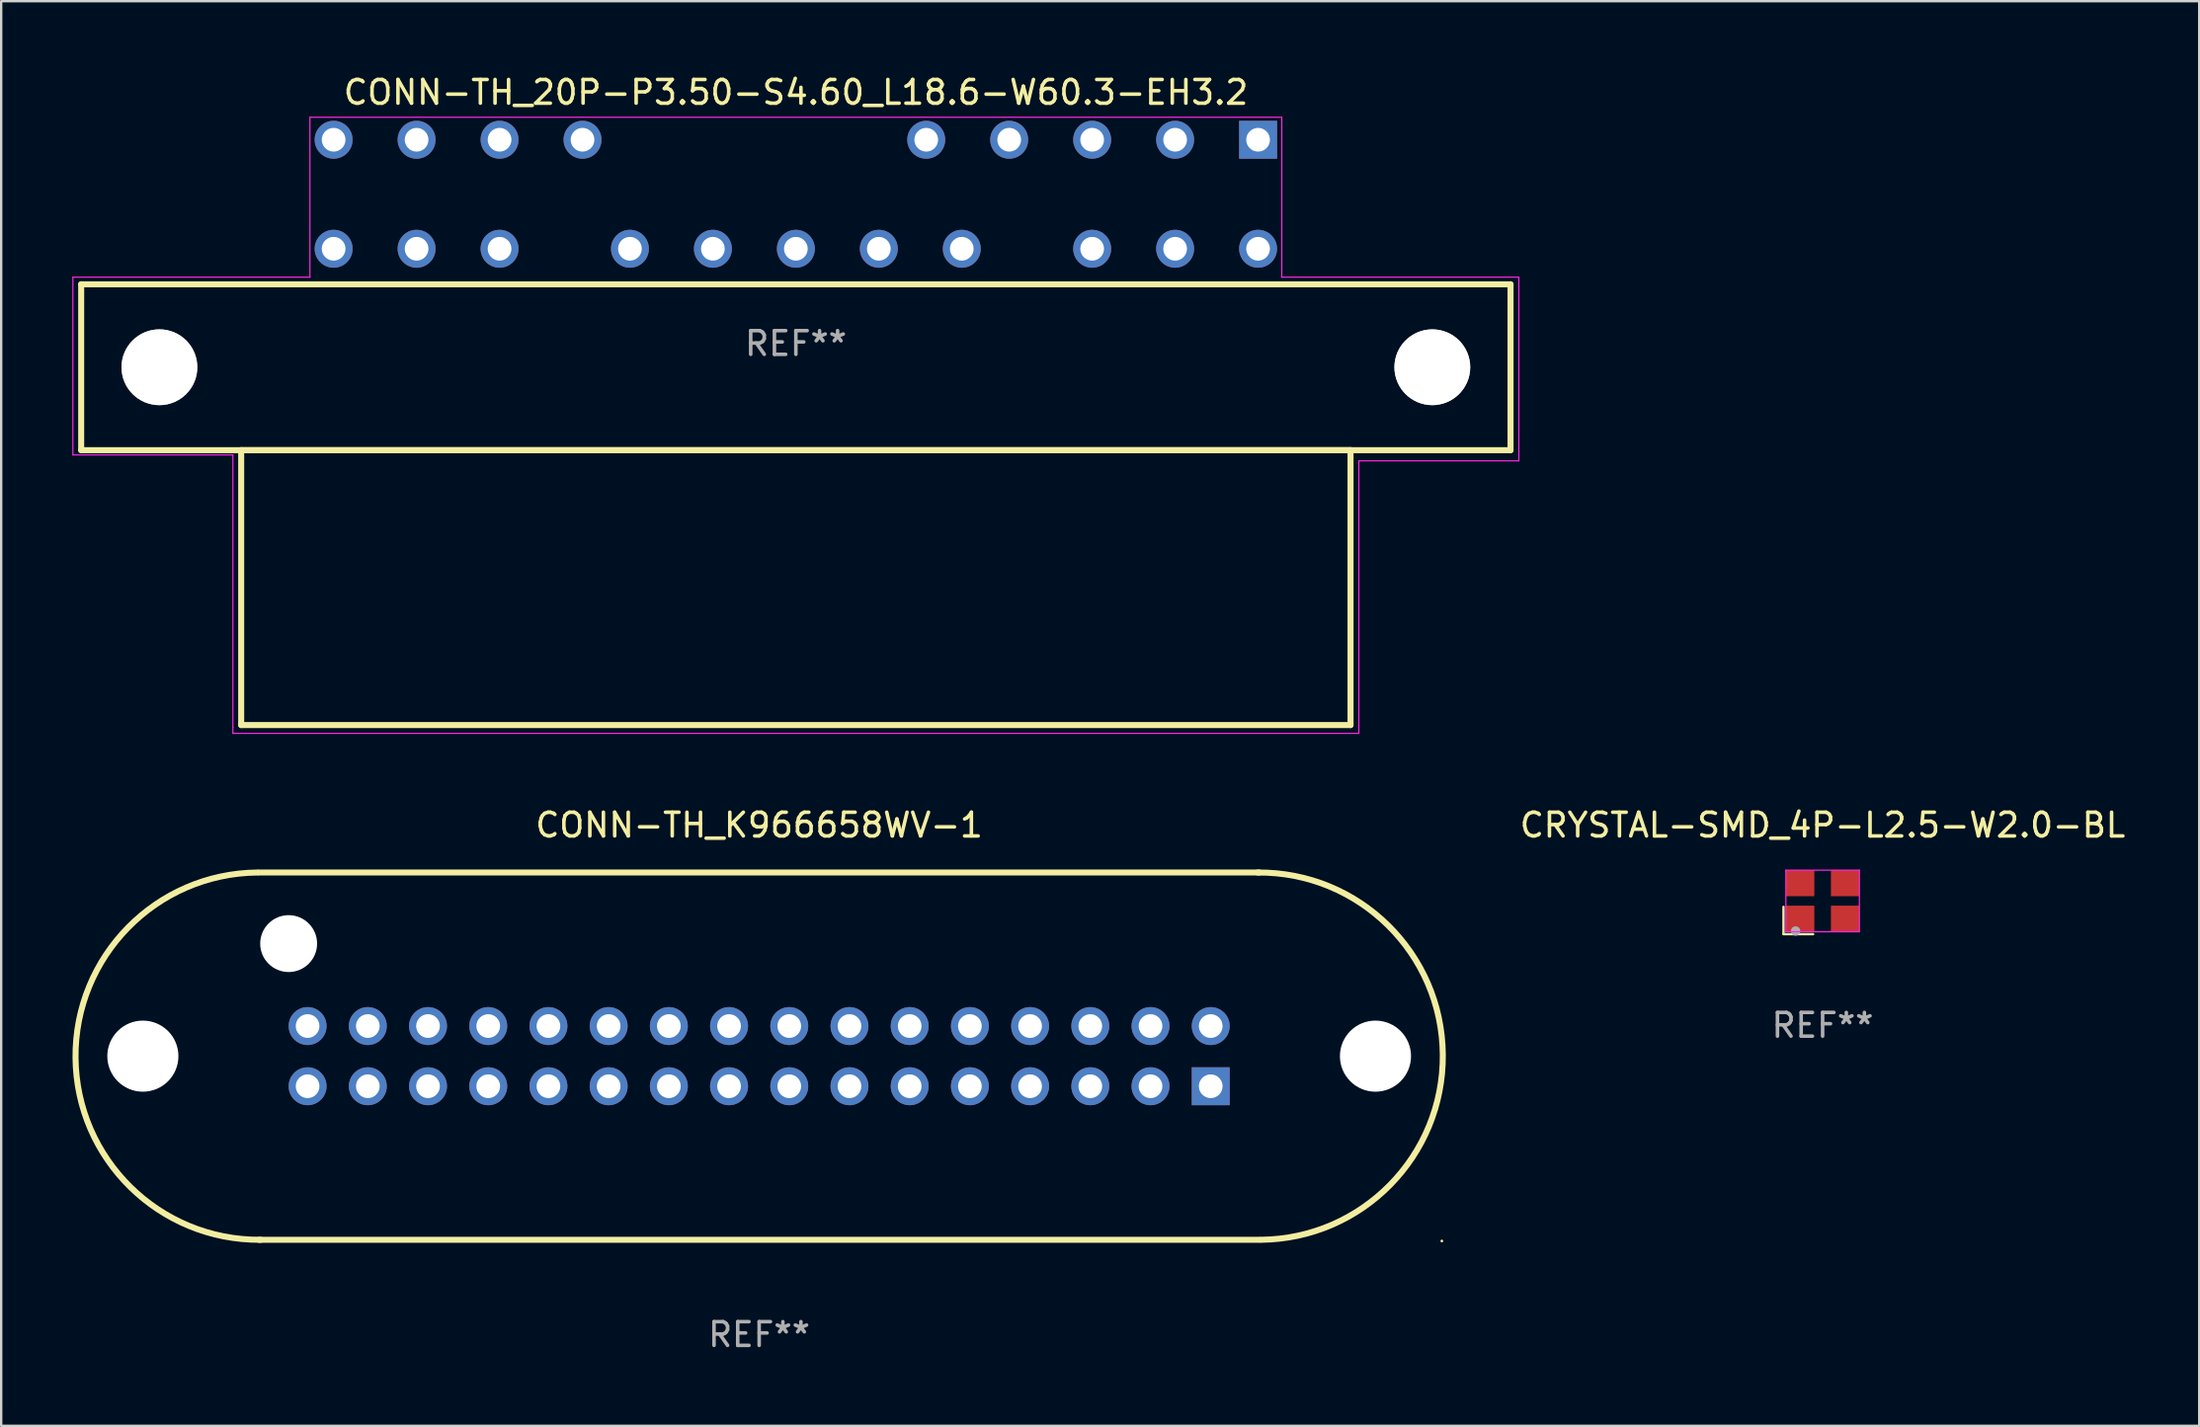
<source format=kicad_pcb>
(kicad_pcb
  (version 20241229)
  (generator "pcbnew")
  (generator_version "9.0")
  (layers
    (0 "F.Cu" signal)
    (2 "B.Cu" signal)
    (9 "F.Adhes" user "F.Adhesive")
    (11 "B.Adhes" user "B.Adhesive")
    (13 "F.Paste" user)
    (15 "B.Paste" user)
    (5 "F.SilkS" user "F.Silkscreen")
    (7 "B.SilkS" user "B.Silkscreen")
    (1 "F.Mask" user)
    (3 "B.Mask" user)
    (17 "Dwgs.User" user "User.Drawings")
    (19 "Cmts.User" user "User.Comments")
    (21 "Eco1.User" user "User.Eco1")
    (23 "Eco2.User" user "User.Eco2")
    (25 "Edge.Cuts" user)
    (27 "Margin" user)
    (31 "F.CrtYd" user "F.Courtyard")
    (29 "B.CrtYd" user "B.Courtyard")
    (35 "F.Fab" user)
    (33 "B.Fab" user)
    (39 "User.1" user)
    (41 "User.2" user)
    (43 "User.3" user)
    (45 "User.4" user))
  (footprint "CONN-TH_K966658WV-1"
    (layer "F.Cu")
    (at 28.977 41.521)
    (property "Reference" "CONN-TH_K966658WV-1" (at 0 -9.75 0) (layer "F.SilkS") (effects (font (size 1 1) (thickness 0.15))))
    (attr through_hole)
    (fp_line (start -21.1 -7.75) (end 21.1 -7.75) (stroke (width 0.254) (type solid)) (layer "F.SilkS"))
    (fp_line (start -21.1 7.75) (end 21.1 7.75) (stroke (width 0.254) (type solid)) (layer "F.SilkS"))
    (fp_arc (start -21.03236 7.749606) (mid -28.84972 0.067526) (end -21.16764 -7.749834) (stroke (width 0.254001) (type solid)) (layer "F.SilkS"))
    (fp_arc (start 21.03236 -7.749733) (mid 28.84972 -0.067653) (end 21.16764 7.749707) (stroke (width 0.254001) (type solid)) (layer "F.SilkS"))
    (fp_circle (center 28.8 7.8) (end 28.83 7.8) (stroke (width 0.06) (type solid)) (fill no) (layer "F.SilkS"))
    (fp_circle (center -26 0) (end -25.3 0) (stroke (width 1.4) (type solid)) (fill no) (layer "F.Fab"))
    (fp_circle (center -19.85 -4.75) (end -19.35 -4.75) (stroke (width 1) (type solid)) (fill no) (layer "F.Fab"))
    (fp_circle (center 26 0) (end 26.7 0) (stroke (width 1.4) (type solid)) (fill no) (layer "F.Fab"))
    (fp_text user "REF**" (at 0 11.75 0) (layer "F.Fab") (effects (font (size 1 1) (thickness 0.15))))
    (pad "" np_thru_hole circle (at -26 0) (size 3 3) (drill 3) (layers "*.Cu" "*.Mask"))
    (pad "" np_thru_hole circle (at -19.85 -4.75) (size 2.4 2.4) (drill 2.4) (layers "*.Cu" "*.Mask"))
    (pad "" np_thru_hole circle (at 26 0) (size 3 3) (drill 3) (layers "*.Cu" "*.Mask"))
    (pad "1" thru_hole rect (at 19.05 1.27 180) (size 1.6 1.6) (drill 1) (layers "*.Cu" "*.Mask"))
    (pad "2" thru_hole circle (at 16.51 1.27) (size 1.6 1.6) (drill 1) (layers "*.Cu" "*.Mask"))
    (pad "3" thru_hole circle (at 13.97 1.27) (size 1.6 1.6) (drill 1) (layers "*.Cu" "*.Mask"))
    (pad "4" thru_hole circle (at 11.43 1.27) (size 1.6 1.6) (drill 1) (layers "*.Cu" "*.Mask"))
    (pad "5" thru_hole circle (at 8.89 1.27) (size 1.6 1.6) (drill 1) (layers "*.Cu" "*.Mask"))
    (pad "6" thru_hole circle (at 6.35 1.27) (size 1.6 1.6) (drill 1) (layers "*.Cu" "*.Mask"))
    (pad "7" thru_hole circle (at 3.81 1.27) (size 1.6 1.6) (drill 1) (layers "*.Cu" "*.Mask"))
    (pad "8" thru_hole circle (at 1.27 1.27) (size 1.6 1.6) (drill 1) (layers "*.Cu" "*.Mask"))
    (pad "9" thru_hole circle (at -1.27 1.27) (size 1.6 1.6) (drill 1) (layers "*.Cu" "*.Mask"))
    (pad "10" thru_hole circle (at -3.81 1.27) (size 1.6 1.6) (drill 1) (layers "*.Cu" "*.Mask"))
    (pad "11" thru_hole circle (at -6.35 1.27) (size 1.6 1.6) (drill 1) (layers "*.Cu" "*.Mask"))
    (pad "12" thru_hole circle (at -8.89 1.27) (size 1.6 1.6) (drill 1) (layers "*.Cu" "*.Mask"))
    (pad "13" thru_hole circle (at -11.43 1.27) (size 1.6 1.6) (drill 1) (layers "*.Cu" "*.Mask"))
    (pad "14" thru_hole circle (at -13.97 1.27) (size 1.6 1.6) (drill 1) (layers "*.Cu" "*.Mask"))
    (pad "15" thru_hole circle (at -16.51 1.27) (size 1.6 1.6) (drill 1) (layers "*.Cu" "*.Mask"))
    (pad "16" thru_hole circle (at -19.05 1.27) (size 1.6 1.6) (drill 1) (layers "*.Cu" "*.Mask"))
    (pad "17" thru_hole circle (at 19.05 -1.27) (size 1.6 1.6) (drill 1) (layers "*.Cu" "*.Mask"))
    (pad "18" thru_hole circle (at 16.51 -1.27) (size 1.6 1.6) (drill 1) (layers "*.Cu" "*.Mask"))
    (pad "19" thru_hole circle (at 13.97 -1.27) (size 1.6 1.6) (drill 1) (layers "*.Cu" "*.Mask"))
    (pad "20" thru_hole circle (at 11.43 -1.27) (size 1.6 1.6) (drill 1) (layers "*.Cu" "*.Mask"))
    (pad "21" thru_hole circle (at 8.89 -1.27) (size 1.6 1.6) (drill 1) (layers "*.Cu" "*.Mask"))
    (pad "22" thru_hole circle (at 6.35 -1.27) (size 1.6 1.6) (drill 1) (layers "*.Cu" "*.Mask"))
    (pad "23" thru_hole circle (at 3.81 -1.27) (size 1.6 1.6) (drill 1) (layers "*.Cu" "*.Mask"))
    (pad "24" thru_hole circle (at 1.27 -1.27) (size 1.6 1.6) (drill 1) (layers "*.Cu" "*.Mask"))
    (pad "25" thru_hole circle (at -1.27 -1.27) (size 1.6 1.6) (drill 1) (layers "*.Cu" "*.Mask"))
    (pad "26" thru_hole circle (at -3.81 -1.27) (size 1.6 1.6) (drill 1) (layers "*.Cu" "*.Mask"))
    (pad "27" thru_hole circle (at -6.35 -1.27) (size 1.6 1.6) (drill 1) (layers "*.Cu" "*.Mask"))
    (pad "28" thru_hole circle (at -8.89 -1.27) (size 1.6 1.6) (drill 1) (layers "*.Cu" "*.Mask"))
    (pad "29" thru_hole circle (at -11.43 -1.27) (size 1.6 1.6) (drill 1) (layers "*.Cu" "*.Mask"))
    (pad "30" thru_hole circle (at -13.97 -1.27) (size 1.6 1.6) (drill 1) (layers "*.Cu" "*.Mask"))
    (pad "31" thru_hole circle (at -16.51 -1.27) (size 1.6 1.6) (drill 1) (layers "*.Cu" "*.Mask"))
    (pad "32" thru_hole circle (at -19.05 -1.27) (size 1.6 1.6) (drill 1) (layers "*.Cu" "*.Mask")))
  (footprint "CONN-TH_20P-P3.50-S4.60_L18.6-W60.3-EH3.2"
    (layer "F.Cu")
    (at 30.525 5.148)
    (property "Reference" "CONN-TH_20P-P3.50-S4.60_L18.6-W60.3-EH3.2" (at 0 -4.3 0) (layer "F.SilkS") (effects (font (size 1 1) (thickness 0.15))))
    (attr through_hole)
    (fp_line (start -30.15 3.8) (end -30.15 10.8) (stroke (width 0.254) (type solid)) (layer "F.SilkS"))
    (fp_line (start -30.15 10.8) (end 30.15 10.8) (stroke (width 0.254) (type solid)) (layer "F.SilkS"))
    (fp_line (start -23.4 10.8) (end -23.4 22.4) (stroke (width 0.254) (type solid)) (layer "F.SilkS"))
    (fp_line (start -23.4 22.4) (end 23.4 22.4) (stroke (width 0.254) (type solid)) (layer "F.SilkS"))
    (fp_line (start 23.4 10.8) (end -23.4 10.8) (stroke (width 0.254) (type solid)) (layer "F.SilkS"))
    (fp_line (start 23.4 22.4) (end 23.4 10.8) (stroke (width 0.254) (type solid)) (layer "F.SilkS"))
    (fp_line (start 30.15 3.8) (end -30.15 3.8) (stroke (width 0.254) (type solid)) (layer "F.SilkS"))
    (fp_line (start 30.15 10.8) (end 30.15 3.8) (stroke (width 0.254) (type solid)) (layer "F.SilkS"))
    (fp_line (start -30.5 3.5) (end -30.5 11) (stroke (width 0.05) (type default)) (layer "F.CrtYd"))
    (fp_line (start -30.5 11) (end -23.75 11) (stroke (width 0.05) (type default)) (layer "F.CrtYd"))
    (fp_line (start -23.75 11) (end -23.75 22.5) (stroke (width 0.05) (type default)) (layer "F.CrtYd"))
    (fp_line (start -23.75 22.5) (end -23.75 22.75) (stroke (width 0.05) (type default)) (layer "F.CrtYd"))
    (fp_line (start -23.75 22.75) (end 23.75 22.75) (stroke (width 0.05) (type default)) (layer "F.CrtYd"))
    (fp_line (start -20.5 -3.25) (end -20.5 3.5) (stroke (width 0.05) (type default)) (layer "F.CrtYd"))
    (fp_line (start -20.5 3.5) (end -30.5 3.5) (stroke (width 0.05) (type default)) (layer "F.CrtYd"))
    (fp_line (start 20.5 -3.25) (end -20.5 -3.25) (stroke (width 0.05) (type default)) (layer "F.CrtYd"))
    (fp_line (start 20.5 3.5) (end 20.5 -3.25) (stroke (width 0.05) (type default)) (layer "F.CrtYd"))
    (fp_line (start 23.75 11.25) (end 30.5 11.25) (stroke (width 0.05) (type default)) (layer "F.CrtYd"))
    (fp_line (start 23.75 22.75) (end 23.75 11.25) (stroke (width 0.05) (type default)) (layer "F.CrtYd"))
    (fp_line (start 30.5 3.5) (end 20.5 3.5) (stroke (width 0.05) (type default)) (layer "F.CrtYd"))
    (fp_line (start 30.5 11.25) (end 30.5 3.5) (stroke (width 0.05) (type default)) (layer "F.CrtYd"))
    (fp_circle (center -26.85 7.3) (end -26.05 7.3) (stroke (width 1.6) (type solid)) (fill no) (layer "F.Fab"))
    (fp_circle (center 26.85 7.3) (end 27.65 7.3) (stroke (width 1.6) (type solid)) (fill no) (layer "F.Fab"))
    (fp_text user "REF**" (at 0 6.3 0) (layer "F.Fab") (effects (font (size 1 1) (thickness 0.15))))
    (pad "" np_thru_hole circle (at -26.85 7.3) (size 3.2 3.2) (drill 3.2) (layers "*.Cu" "*.Mask"))
    (pad "" np_thru_hole circle (at 26.85 7.3) (size 3.2 3.2) (drill 3.2) (layers "*.Cu" "*.Mask"))
    (pad "1" thru_hole rect (at 19.5 -2.3 180) (size 1.6 1.6) (drill 1) (layers "*.Cu" "*.Mask"))
    (pad "2" thru_hole circle (at 16 -2.3) (size 1.6 1.6) (drill 1) (layers "*.Cu" "*.Mask"))
    (pad "3" thru_hole circle (at 12.5 -2.3) (size 1.6 1.6) (drill 1) (layers "*.Cu" "*.Mask"))
    (pad "4" thru_hole circle (at 9 -2.3) (size 1.6 1.6) (drill 1) (layers "*.Cu" "*.Mask"))
    (pad "5" thru_hole circle (at 5.5 -2.3) (size 1.6 1.6) (drill 1) (layers "*.Cu" "*.Mask"))
    (pad "6" thru_hole circle (at -9 -2.3) (size 1.6 1.6) (drill 1) (layers "*.Cu" "*.Mask"))
    (pad "7" thru_hole circle (at -12.5 -2.3) (size 1.6 1.6) (drill 1) (layers "*.Cu" "*.Mask"))
    (pad "8" thru_hole circle (at -16 -2.3) (size 1.6 1.6) (drill 1) (layers "*.Cu" "*.Mask"))
    (pad "9" thru_hole circle (at -19.5 -2.3) (size 1.6 1.6) (drill 1) (layers "*.Cu" "*.Mask"))
    (pad "10" thru_hole circle (at -19.5 2.3) (size 1.6 1.6) (drill 1) (layers "*.Cu" "*.Mask"))
    (pad "11" thru_hole circle (at -16 2.3) (size 1.6 1.6) (drill 1) (layers "*.Cu" "*.Mask"))
    (pad "12" thru_hole circle (at -12.5 2.3) (size 1.6 1.6) (drill 1) (layers "*.Cu" "*.Mask"))
    (pad "13" thru_hole circle (at -7 2.3) (size 1.6 1.6) (drill 1) (layers "*.Cu" "*.Mask"))
    (pad "14" thru_hole circle (at -3.5 2.3) (size 1.6 1.6) (drill 1) (layers "*.Cu" "*.Mask"))
    (pad "15" thru_hole circle (at -0.000127 2.3) (size 1.6 1.6) (drill 1) (layers "*.Cu" "*.Mask"))
    (pad "16" thru_hole circle (at 3.5 2.3) (size 1.6 1.6) (drill 1) (layers "*.Cu" "*.Mask"))
    (pad "17" thru_hole circle (at 7 2.3) (size 1.6 1.6) (drill 1) (layers "*.Cu" "*.Mask"))
    (pad "18" thru_hole circle (at 12.5 2.3) (size 1.6 1.6) (drill 1) (layers "*.Cu" "*.Mask"))
    (pad "19" thru_hole circle (at 16 2.3) (size 1.6 1.6) (drill 1) (layers "*.Cu" "*.Mask"))
    (pad "20" thru_hole circle (at 19.5 2.3) (size 1.6 1.6) (drill 1) (layers "*.Cu" "*.Mask")))
  (footprint "CRYSTAL-SMD_4P-L2.5-W2.0-BL"
    (layer "F.Cu")
    (at 73.841 34.971)
    (property "Reference" "CRYSTAL-SMD_4P-L2.5-W2.0-BL" (at 0 -3.2 0) (layer "F.SilkS") (effects (font (size 1 1) (thickness 0.15))))
    (attr smd)
    (fp_line (start -1.65 0.25) (end -1.65 1.4) (stroke (width 0.1) (type default)) (layer "F.SilkS"))
    (fp_line (start -1.65 1.4) (end -0.4 1.4) (stroke (width 0.1) (type default)) (layer "F.SilkS"))
    (fp_line (start -1.55 -1.3) (end 1.55 -1.3) (stroke (width 0.05) (type default)) (layer "F.CrtYd"))
    (fp_line (start -1.55 1.3) (end -1.55 -1.3) (stroke (width 0.05) (type default)) (layer "F.CrtYd"))
    (fp_line (start 1.55 -1.3) (end 1.55 1.3) (stroke (width 0.05) (type default)) (layer "F.CrtYd"))
    (fp_line (start 1.55 1.3) (end -1.55 1.3) (stroke (width 0.05) (type default)) (layer "F.CrtYd"))
    (fp_circle (center -1.14 1.27) (end -1.04 1.27) (stroke (width 0.2) (type solid)) (fill no) (layer "F.Fab"))
    (fp_text user "REF**" (at 0 5.25 0) (layer "F.Fab") (effects (font (size 1 1) (thickness 0.15))))
    (pad "1" smd rect (at -0.95 0.75) (size 1.2 1.1) (layers "F.Cu" "F.Mask" "F.Paste"))
    (pad "2" smd rect (at 0.95 0.75) (size 1.2 1.1) (layers "F.Cu" "F.Mask" "F.Paste"))
    (pad "3" smd rect (at 0.95 -0.75) (size 1.2 1.1) (layers "F.Cu" "F.Mask" "F.Paste"))
    (pad "4" smd rect (at -0.95 -0.75) (size 1.2 1.1) (layers "F.Cu" "F.Mask" "F.Paste")))
  (gr_rect
    (start -3 -3)
    (end 89.728 57.12)
    (stroke (width 0.1) (type default))
    (fill no)
    (layer "Edge.Cuts")))
</source>
